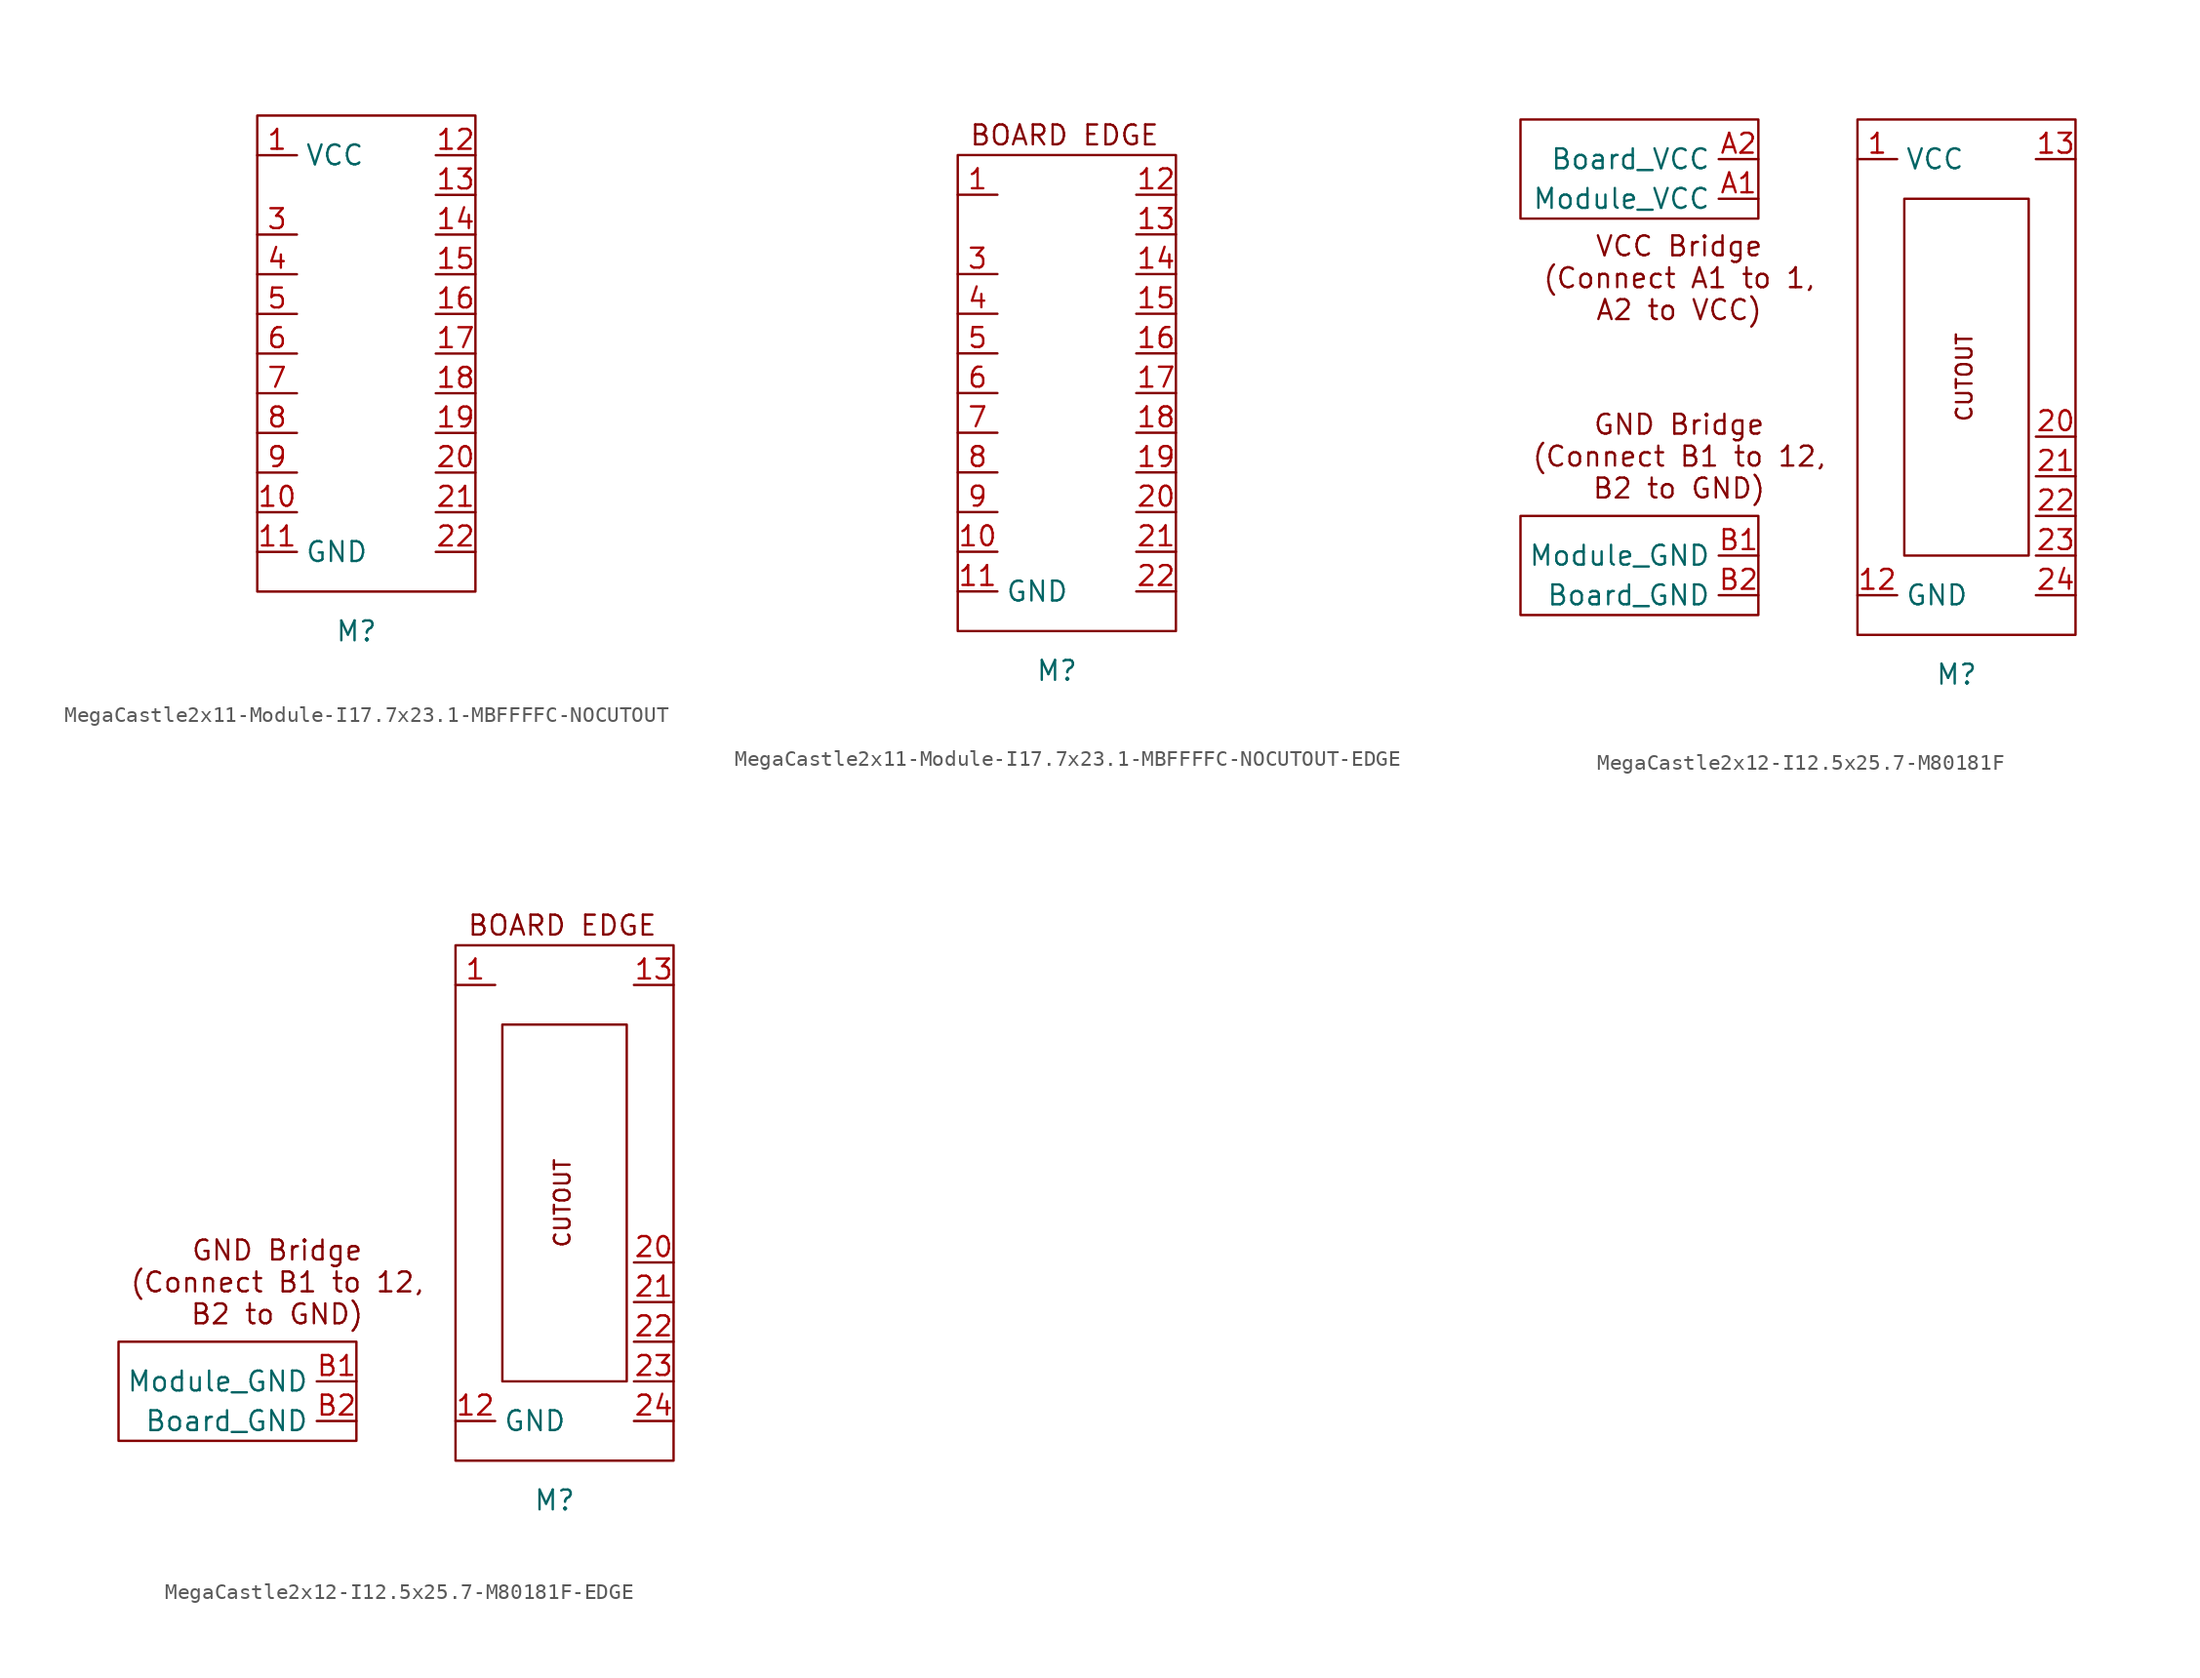
<source format=kicad_sym>
(kicad_symbol_lib
  (version 20241209)
  (generator "kicad_symbol_editor")
  (generator_version "9.0")
  (symbol "MegaCastle2x11-Module-I17.7x23.1-MBFFFFC-NOCUTOUT"
    (property "Reference" "M"
      (at 0 -17.78 0)
      (effects (font (size 1.27 1.27))))
    (property "Value" ""
      (at 0 5.08 0)
      (effects (font (size 1.27 1.27))))
    (symbol "MegaCastle2x11-Module-I17.7x23.1-MBFFFFC-NOCUTOUT_0_1"
      (rectangle (start -6.35 15.24) (end 7.62 -15.24) (stroke (width 0) (type default)) (fill (type none))))
    (symbol "MegaCastle2x11-Module-I17.7x23.1-MBFFFFC-NOCUTOUT_1_1"
      (pin bidirectional line (at -6.35 12.7 0) (length 2.54) (name "VCC" (effects (font (size 1.27 1.27)))) (number "1" (effects (font (size 1.27 1.27)))))
      (pin bidirectional line (at -6.35 7.62 0) (length 2.54) (name "" (effects (font (size 1.27 1.27)))) (number "3" (effects (font (size 1.27 1.27)))))
      (pin bidirectional line (at -6.35 5.08 0) (length 2.54) (name "" (effects (font (size 1.27 1.27)))) (number "4" (effects (font (size 1.27 1.27)))))
      (pin bidirectional line (at -6.35 2.54 0) (length 2.54) (name "" (effects (font (size 1.27 1.27)))) (number "5" (effects (font (size 1.27 1.27)))))
      (pin bidirectional line (at -6.35 0 0) (length 2.54) (name "" (effects (font (size 1.27 1.27)))) (number "6" (effects (font (size 1.27 1.27)))))
      (pin bidirectional line (at -6.35 -2.54 0) (length 2.54) (name "" (effects (font (size 1.27 1.27)))) (number "7" (effects (font (size 1.27 1.27)))))
      (pin bidirectional line (at -6.35 -5.08 0) (length 2.54) (name "" (effects (font (size 1.27 1.27)))) (number "8" (effects (font (size 1.27 1.27)))))
      (pin bidirectional line (at -6.35 -7.62 0) (length 2.54) (name "" (effects (font (size 1.27 1.27)))) (number "9" (effects (font (size 1.27 1.27)))))
      (pin bidirectional line (at -6.35 -10.16 0) (length 2.54) (name "" (effects (font (size 1.27 1.27)))) (number "10" (effects (font (size 1.27 1.27)))))
      (pin bidirectional line (at -6.35 -12.7 0) (length 2.54) (name "GND" (effects (font (size 1.27 1.27)))) (number "11" (effects (font (size 1.27 1.27)))))
      (pin bidirectional line (at 7.62 12.7 180) (length 2.54) (name "" (effects (font (size 1.27 1.27)))) (number "12" (effects (font (size 1.27 1.27)))))
      (pin bidirectional line (at 7.62 10.16 180) (length 2.54) (name "" (effects (font (size 1.27 1.27)))) (number "13" (effects (font (size 1.27 1.27)))))
      (pin bidirectional line (at 7.62 7.62 180) (length 2.54) (name "" (effects (font (size 1.27 1.27)))) (number "14" (effects (font (size 1.27 1.27)))))
      (pin bidirectional line (at 7.62 5.08 180) (length 2.54) (name "" (effects (font (size 1.27 1.27)))) (number "15" (effects (font (size 1.27 1.27)))))
      (pin bidirectional line (at 7.62 2.54 180) (length 2.54) (name "" (effects (font (size 1.27 1.27)))) (number "16" (effects (font (size 1.27 1.27)))))
      (pin bidirectional line (at 7.62 0 180) (length 2.54) (name "" (effects (font (size 1.27 1.27)))) (number "17" (effects (font (size 1.27 1.27)))))
      (pin bidirectional line (at 7.62 -2.54 180) (length 2.54) (name "" (effects (font (size 1.27 1.27)))) (number "18" (effects (font (size 1.27 1.27)))))
      (pin bidirectional line (at 7.62 -5.08 180) (length 2.54) (name "" (effects (font (size 1.27 1.27)))) (number "19" (effects (font (size 1.27 1.27)))))
      (pin bidirectional line (at 7.62 -7.62 180) (length 2.54) (name "" (effects (font (size 1.27 1.27)))) (number "20" (effects (font (size 1.27 1.27)))))
      (pin bidirectional line (at 7.62 -10.16 180) (length 2.54) (name "" (effects (font (size 1.27 1.27)))) (number "21" (effects (font (size 1.27 1.27)))))
      (pin bidirectional line (at 7.62 -12.7 180) (length 2.54) (name "" (effects (font (size 1.27 1.27)))) (number "22" (effects (font (size 1.27 1.27)))))))
  (symbol "MegaCastle2x11-Module-I17.7x23.1-MBFFFFC-NOCUTOUT-EDGE"
    (property "Reference" "M"
      (at 0 -17.78 0)
      (effects (font (size 1.27 1.27))))
    (property "Value" ""
      (at 0 5.08 0)
      (effects (font (size 1.27 1.27))))
    (symbol "MegaCastle2x11-Module-I17.7x23.1-MBFFFFC-NOCUTOUT-EDGE_0_1"
      (rectangle (start -6.35 15.24) (end 7.62 -15.24) (stroke (width 0) (type default)) (fill (type none))))
    (symbol "MegaCastle2x11-Module-I17.7x23.1-MBFFFFC-NOCUTOUT-EDGE_1_1"
      (text " BOARD EDGE" (at 0 16.51 0) (effects (font (size 1.27 1.27))))
      (pin bidirectional line (at -6.35 12.7 0) (length 2.54) (name "" (effects (font (size 1.27 1.27)))) (number "1" (effects (font (size 1.27 1.27)))))
      (pin bidirectional line (at -6.35 7.62 0) (length 2.54) (name "" (effects (font (size 1.27 1.27)))) (number "3" (effects (font (size 1.27 1.27)))))
      (pin bidirectional line (at -6.35 5.08 0) (length 2.54) (name "" (effects (font (size 1.27 1.27)))) (number "4" (effects (font (size 1.27 1.27)))))
      (pin bidirectional line (at -6.35 2.54 0) (length 2.54) (name "" (effects (font (size 1.27 1.27)))) (number "5" (effects (font (size 1.27 1.27)))))
      (pin bidirectional line (at -6.35 0 0) (length 2.54) (name "" (effects (font (size 1.27 1.27)))) (number "6" (effects (font (size 1.27 1.27)))))
      (pin bidirectional line (at -6.35 -2.54 0) (length 2.54) (name "" (effects (font (size 1.27 1.27)))) (number "7" (effects (font (size 1.27 1.27)))))
      (pin bidirectional line (at -6.35 -5.08 0) (length 2.54) (name "" (effects (font (size 1.27 1.27)))) (number "8" (effects (font (size 1.27 1.27)))))
      (pin bidirectional line (at -6.35 -7.62 0) (length 2.54) (name "" (effects (font (size 1.27 1.27)))) (number "9" (effects (font (size 1.27 1.27)))))
      (pin bidirectional line (at -6.35 -10.16 0) (length 2.54) (name "" (effects (font (size 1.27 1.27)))) (number "10" (effects (font (size 1.27 1.27)))))
      (pin bidirectional line (at -6.35 -12.7 0) (length 2.54) (name "GND" (effects (font (size 1.27 1.27)))) (number "11" (effects (font (size 1.27 1.27)))))
      (pin bidirectional line (at 7.62 12.7 180) (length 2.54) (name "" (effects (font (size 1.27 1.27)))) (number "12" (effects (font (size 1.27 1.27)))))
      (pin bidirectional line (at 7.62 10.16 180) (length 2.54) (name "" (effects (font (size 1.27 1.27)))) (number "13" (effects (font (size 1.27 1.27)))))
      (pin bidirectional line (at 7.62 7.62 180) (length 2.54) (name "" (effects (font (size 1.27 1.27)))) (number "14" (effects (font (size 1.27 1.27)))))
      (pin bidirectional line (at 7.62 5.08 180) (length 2.54) (name "" (effects (font (size 1.27 1.27)))) (number "15" (effects (font (size 1.27 1.27)))))
      (pin bidirectional line (at 7.62 2.54 180) (length 2.54) (name "" (effects (font (size 1.27 1.27)))) (number "16" (effects (font (size 1.27 1.27)))))
      (pin bidirectional line (at 7.62 0 180) (length 2.54) (name "" (effects (font (size 1.27 1.27)))) (number "17" (effects (font (size 1.27 1.27)))))
      (pin bidirectional line (at 7.62 -2.54 180) (length 2.54) (name "" (effects (font (size 1.27 1.27)))) (number "18" (effects (font (size 1.27 1.27)))))
      (pin bidirectional line (at 7.62 -5.08 180) (length 2.54) (name "" (effects (font (size 1.27 1.27)))) (number "19" (effects (font (size 1.27 1.27)))))
      (pin bidirectional line (at 7.62 -7.62 180) (length 2.54) (name "" (effects (font (size 1.27 1.27)))) (number "20" (effects (font (size 1.27 1.27)))))
      (pin bidirectional line (at 7.62 -10.16 180) (length 2.54) (name "" (effects (font (size 1.27 1.27)))) (number "21" (effects (font (size 1.27 1.27)))))
      (pin bidirectional line (at 7.62 -12.7 180) (length 2.54) (name "" (effects (font (size 1.27 1.27)))) (number "22" (effects (font (size 1.27 1.27)))))))
  (symbol "MegaCastle2x12-I12.5x25.7-M80181F"
    (property "Reference" "M"
      (at 0 -19.05 0)
      (effects (font (size 1.27 1.27))))
    (property "Value" ""
      (at 0 5.08 0)
      (effects (font (size 1.27 1.27))))
    (symbol "MegaCastle2x12-I12.5x25.7-M80181F_0_1"
      (rectangle (start -27.94 16.51) (end -12.7 10.16) (stroke (width 0) (type default)) (fill (type none)))
      (rectangle (start -27.94 -8.89) (end -12.7 -15.24) (stroke (width 0) (type default)) (fill (type none)))
      (rectangle (start -6.35 16.51) (end 7.62 -16.51) (stroke (width 0) (type default)) (fill (type none)))
      (rectangle (start -3.35 11.43) (end 4.62 -11.43) (stroke (width 0) (type default)) (fill (type none))))
    (symbol "MegaCastle2x12-I12.5x25.7-M80181F_1_1"
      (text "VCC Bridge\n(Connect A1 to 1,\nA2 to VCC)" (at -17.78 6.35 0) (effects (font (size 1.27 1.27))))
      (text "GND Bridge\n(Connect B1 to 12,\nB2 to GND)" (at -17.78 -5.08 0) (effects (font (size 1.27 1.27))))
      (text "CUTOUT" (at 0.5 0 900) (effects (font (size 1 1))))
      (pin bidirectional line (at -12.7 13.97 180) (length 2.54) (name "Board_VCC" (effects (font (size 1.27 1.27)))) (number "A2" (effects (font (size 1.27 1.27)))))
      (pin bidirectional line (at -12.7 11.43 180) (length 2.54) (name "Module_VCC" (effects (font (size 1.27 1.27)))) (number "A1" (effects (font (size 1.27 1.27)))))
      (pin bidirectional line (at -12.7 -11.43 180) (length 2.54) (name "Module_GND" (effects (font (size 1.27 1.27)))) (number "B1" (effects (font (size 1.27 1.27)))))
      (pin bidirectional line (at -12.7 -13.97 180) (length 2.54) (name "Board_GND" (effects (font (size 1.27 1.27)))) (number "B2" (effects (font (size 1.27 1.27)))))
      (pin bidirectional line (at -6.35 13.97 0) (length 2.54) (name "VCC" (effects (font (size 1.27 1.27)))) (number "1" (effects (font (size 1.27 1.27)))))
      (pin bidirectional line (at -6.35 -13.97 0) (length 2.54) (name "GND" (effects (font (size 1.27 1.27)))) (number "12" (effects (font (size 1.27 1.27)))))
      (pin bidirectional line (at 7.62 13.97 180) (length 2.54) (name "" (effects (font (size 1.27 1.27)))) (number "13" (effects (font (size 1.27 1.27)))))
      (pin bidirectional line (at 7.62 -3.81 180) (length 2.54) (name "" (effects (font (size 1.27 1.27)))) (number "20" (effects (font (size 1.27 1.27)))))
      (pin bidirectional line (at 7.62 -6.35 180) (length 2.54) (name "" (effects (font (size 1.27 1.27)))) (number "21" (effects (font (size 1.27 1.27)))))
      (pin bidirectional line (at 7.62 -8.89 180) (length 2.54) (name "" (effects (font (size 1.27 1.27)))) (number "22" (effects (font (size 1.27 1.27)))))
      (pin bidirectional line (at 7.62 -11.43 180) (length 2.54) (name "" (effects (font (size 1.27 1.27)))) (number "23" (effects (font (size 1.27 1.27)))))
      (pin bidirectional line (at 7.62 -13.97 180) (length 2.54) (name "" (effects (font (size 1.27 1.27)))) (number "24" (effects (font (size 1.27 1.27)))))))
  (symbol "MegaCastle2x12-I12.5x25.7-M80181F-EDGE"
    (property "Reference" "M"
      (at 0 -19.05 0)
      (effects (font (size 1.27 1.27))))
    (property "Value" ""
      (at 0 5.08 0)
      (effects (font (size 1.27 1.27))))
    (symbol "MegaCastle2x12-I12.5x25.7-M80181F-EDGE_0_1"
      (rectangle (start -27.94 -8.89) (end -12.7 -15.24) (stroke (width 0) (type default)) (fill (type none)))
      (rectangle (start -6.35 16.51) (end 7.62 -16.51) (stroke (width 0) (type default)) (fill (type none)))
      (rectangle (start -3.35 11.43) (end 4.62 -11.43) (stroke (width 0) (type default)) (fill (type none))))
    (symbol "MegaCastle2x12-I12.5x25.7-M80181F-EDGE_1_1"
      (text "GND Bridge\n(Connect B1 to 12,\nB2 to GND)" (at -17.78 -5.08 0) (effects (font (size 1.27 1.27))))
      (text " BOARD EDGE" (at 0 17.78 0) (effects (font (size 1.27 1.27))))
      (text "CUTOUT" (at 0.5 0 900) (effects (font (size 1 1))))
      (pin bidirectional line (at -12.7 -11.43 180) (length 2.54) (name "Module_GND" (effects (font (size 1.27 1.27)))) (number "B1" (effects (font (size 1.27 1.27)))))
      (pin bidirectional line (at -12.7 -13.97 180) (length 2.54) (name "Board_GND" (effects (font (size 1.27 1.27)))) (number "B2" (effects (font (size 1.27 1.27)))))
      (pin bidirectional line (at -6.35 13.97 0) (length 2.54) (name "" (effects (font (size 1.27 1.27)))) (number "1" (effects (font (size 1.27 1.27)))))
      (pin bidirectional line (at -6.35 -13.97 0) (length 2.54) (name "GND" (effects (font (size 1.27 1.27)))) (number "12" (effects (font (size 1.27 1.27)))))
      (pin bidirectional line (at 7.62 13.97 180) (length 2.54) (name "" (effects (font (size 1.27 1.27)))) (number "13" (effects (font (size 1.27 1.27)))))
      (pin bidirectional line (at 7.62 -3.81 180) (length 2.54) (name "" (effects (font (size 1.27 1.27)))) (number "20" (effects (font (size 1.27 1.27)))))
      (pin bidirectional line (at 7.62 -6.35 180) (length 2.54) (name "" (effects (font (size 1.27 1.27)))) (number "21" (effects (font (size 1.27 1.27)))))
      (pin bidirectional line (at 7.62 -8.89 180) (length 2.54) (name "" (effects (font (size 1.27 1.27)))) (number "22" (effects (font (size 1.27 1.27)))))
      (pin bidirectional line (at 7.62 -11.43 180) (length 2.54) (name "" (effects (font (size 1.27 1.27)))) (number "23" (effects (font (size 1.27 1.27)))))
      (pin bidirectional line (at 7.62 -13.97 180) (length 2.54) (name "" (effects (font (size 1.27 1.27)))) (number "24" (effects (font (size 1.27 1.27))))))))
</source>
